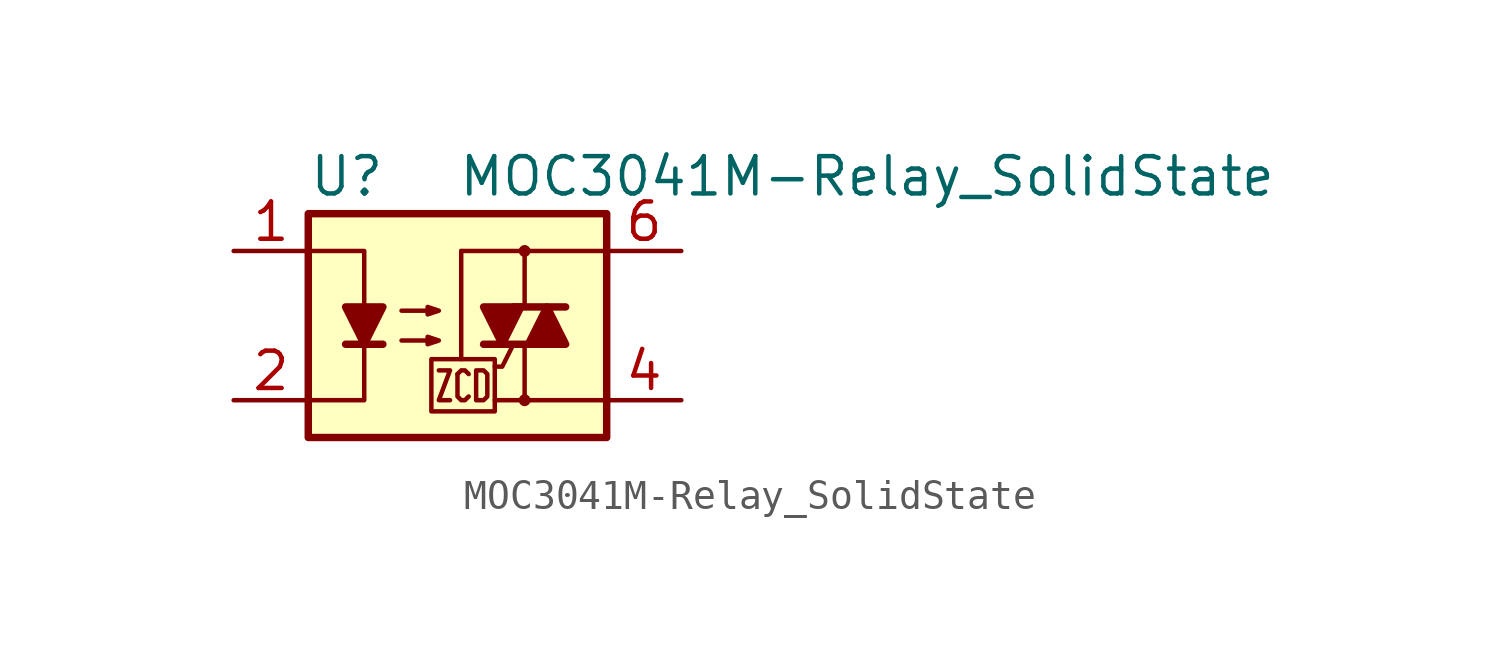
<source format=kicad_sym>
(kicad_symbol_lib
  (version 20231120)
  (generator "kicad_symbol_editor")
  (generator_version "8.0")
  (symbol "MOC3041M-Relay_SolidState"
    (pin_names
      (offset 1.016))
    (property "Reference" "U"
      (at -5.08 5.08 0)
      (effects (font (size 1.27 1.27)) (justify left)))
    (property "Value" "MOC3041M-Relay_SolidState"
      (at 0 5.08 0)
      (effects (font (size 1.27 1.27)) (justify left)))
    (symbol "MOC3041M-Relay_SolidState_0_1"
      (rectangle (start -5.08 3.81) (end 5.08 -3.81) (stroke (width 0.254) (type solid)) (fill (type background)))
      (polyline (pts (xy -3.81 -0.635) (xy -2.54 -0.635)) (stroke (width 0.254) (type solid)) (fill (type none)))
      (polyline (pts (xy 0.127 -1.143) (xy 0.127 2.54)) (stroke (width 0) (type solid)) (fill (type none)))
      (polyline (pts (xy 0.127 2.54) (xy 2.286 2.54)) (stroke (width 0) (type solid)) (fill (type none)))
      (polyline (pts (xy 1.905 0.635) (xy 3.683 0.635)) (stroke (width 0.254) (type solid)) (fill (type none)))
      (polyline (pts (xy 2.286 -2.54) (xy 1.27 -2.54)) (stroke (width 0) (type solid)) (fill (type none)))
      (polyline (pts (xy 2.286 -2.54) (xy 2.286 -0.635)) (stroke (width 0) (type solid)) (fill (type none)))
      (polyline (pts (xy 2.286 -2.54) (xy 5.08 -2.54)) (stroke (width 0) (type solid)) (fill (type none)))
      (polyline (pts (xy 2.286 2.54) (xy 2.286 0.635)) (stroke (width 0) (type solid)) (fill (type none)))
      (polyline (pts (xy 2.286 2.54) (xy 5.08 2.54)) (stroke (width 0) (type solid)) (fill (type none)))
      (polyline (pts (xy 2.667 -0.635) (xy 0.889 -0.635)) (stroke (width 0.254) (type solid)) (fill (type none)))
      (polyline (pts (xy -5.08 2.54) (xy -3.175 2.54) (xy -3.175 0.635)) (stroke (width 0) (type solid)) (fill (type none)))
      (polyline (pts (xy -3.175 -0.635) (xy -3.175 -2.54) (xy -5.08 -2.54)) (stroke (width 0) (type solid)) (fill (type none)))
      (polyline (pts (xy 1.905 -0.635) (xy 1.524 -1.397) (xy 1.27 -1.397)) (stroke (width 0) (type solid)) (fill (type none)))
      (polyline (pts (xy -3.175 -0.635) (xy -3.81 0.635) (xy -2.54 0.635) (xy -3.175 -0.635)) (stroke (width 0.254) (type solid)) (fill (type outline)))
      (polyline (pts (xy -0.635 -1.524) (xy -0.254 -1.524) (xy -0.635 -2.54) (xy -0.254 -2.54)) (stroke (width 0) (type solid)) (fill (type none)))
      (polyline (pts (xy 0 -1.651) (xy 0.127 -1.524) (xy 0.254 -1.524) (xy 0.381 -1.651)) (stroke (width 0) (type solid)) (fill (type none)))
      (polyline (pts (xy 1.524 -0.635) (xy 2.159 0.635) (xy 0.889 0.635) (xy 1.524 -0.635)) (stroke (width 0.254) (type solid)) (fill (type outline)))
      (polyline (pts (xy 3.048 0.635) (xy 2.413 -0.635) (xy 3.683 -0.635) (xy 3.048 0.635)) (stroke (width 0.254) (type solid)) (fill (type outline)))
      (polyline (pts (xy -1.905 -0.508) (xy -0.635 -0.508) (xy -1.016 -0.635) (xy -1.016 -0.381) (xy -0.635 -0.508)) (stroke (width 0) (type solid)) (fill (type none)))
      (polyline (pts (xy -1.905 0.508) (xy -0.635 0.508) (xy -1.016 0.381) (xy -1.016 0.635) (xy -0.635 0.508)) (stroke (width 0) (type solid)) (fill (type none)))
      (polyline (pts (xy -0.889 -1.143) (xy -0.889 -2.921) (xy 1.27 -2.921) (xy 1.27 -1.143) (xy -0.889 -1.143)) (stroke (width 0) (type solid)) (fill (type none)))
      (polyline (pts (xy 0.381 -2.413) (xy 0.254 -2.54) (xy 0.127 -2.54) (xy 0 -2.413) (xy 0 -1.651)) (stroke (width 0) (type solid)) (fill (type none)))
      (polyline (pts (xy 0.635 -1.524) (xy 0.635 -2.54) (xy 0.889 -2.54) (xy 1.016 -2.413) (xy 1.016 -1.651) (xy 0.889 -1.524) (xy 0.635 -1.524)) (stroke (width 0) (type solid)) (fill (type none)))
      (circle (center 2.286 -2.54) (radius 0.127) (stroke (width 0) (type solid)) (fill (type none)))
      (circle (center 2.286 2.54) (radius 0.127) (stroke (width 0) (type solid)) (fill (type none))))
    (symbol "MOC3041M-Relay_SolidState_1_1"
      (pin passive line (at -7.62 2.54 0) (length 2.54) (name "~" (effects (font (size 1.27 1.27)))) (number "1" (effects (font (size 1.27 1.27)))))
      (pin passive line (at -7.62 -2.54 0) (length 2.54) (name "~" (effects (font (size 1.27 1.27)))) (number "2" (effects (font (size 1.27 1.27)))))
      (pin no_connect line (at -7.62 0 0) (length 2.54) hide (name "NC" (effects (font (size 1.27 1.27)))) (number "3" (effects (font (size 1.27 1.27)))))
      (pin passive line (at 7.62 -2.54 180) (length 2.54) (name "~" (effects (font (size 1.27 1.27)))) (number "4" (effects (font (size 1.27 1.27)))))
      (pin no_connect line (at 7.62 0 180) (length 2.54) hide (name "NC" (effects (font (size 1.27 1.27)))) (number "5" (effects (font (size 1.27 1.27)))))
      (pin passive line (at 7.62 2.54 180) (length 2.54) (name "~" (effects (font (size 1.27 1.27)))) (number "6" (effects (font (size 1.27 1.27))))))))
</source>
